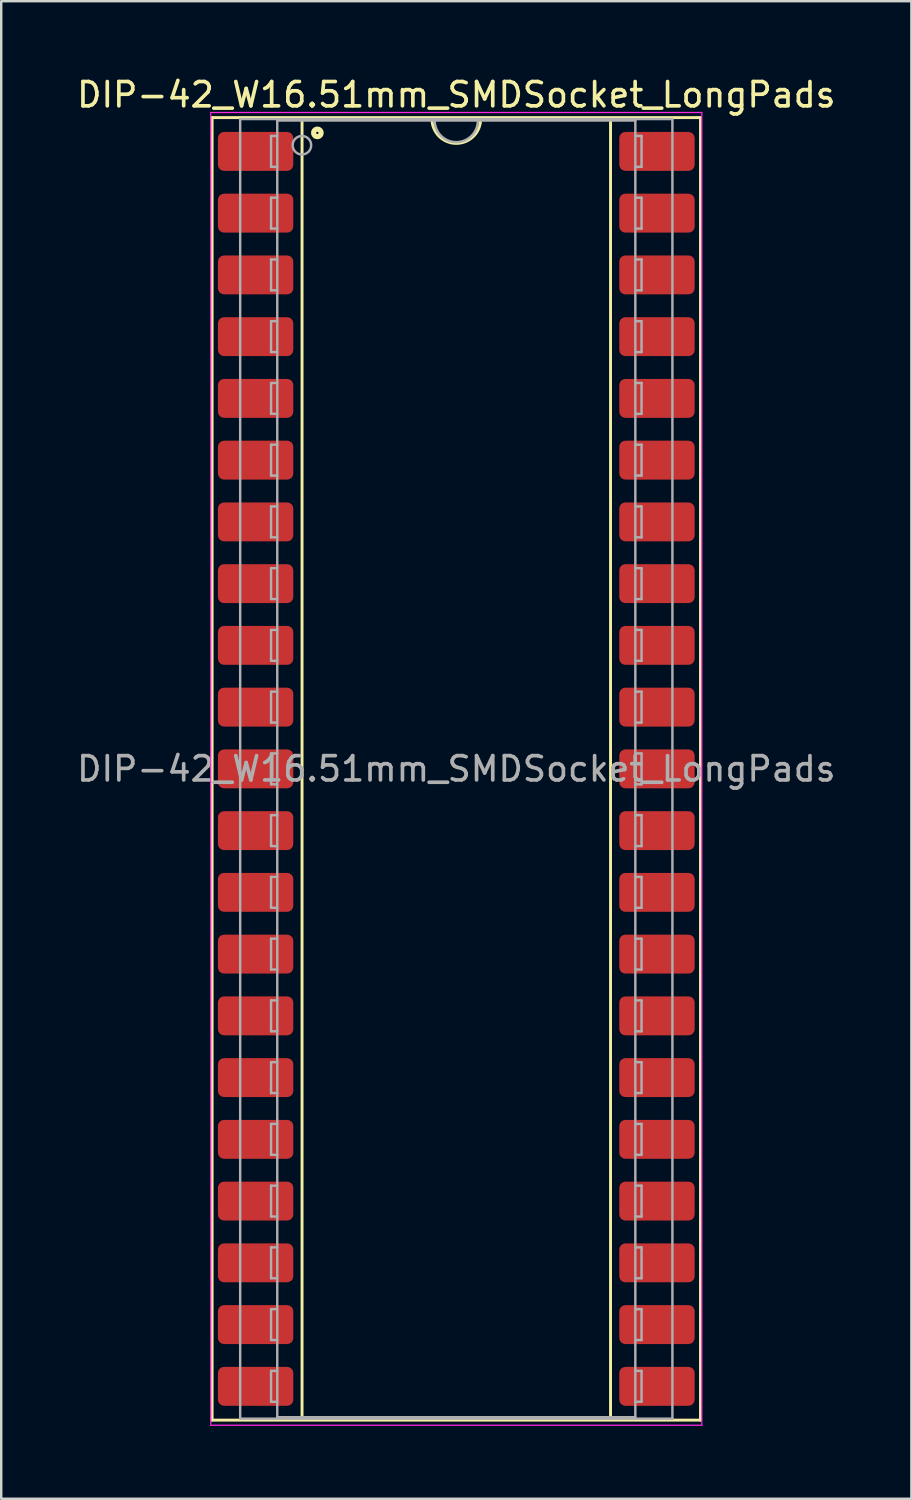
<source format=kicad_pcb>
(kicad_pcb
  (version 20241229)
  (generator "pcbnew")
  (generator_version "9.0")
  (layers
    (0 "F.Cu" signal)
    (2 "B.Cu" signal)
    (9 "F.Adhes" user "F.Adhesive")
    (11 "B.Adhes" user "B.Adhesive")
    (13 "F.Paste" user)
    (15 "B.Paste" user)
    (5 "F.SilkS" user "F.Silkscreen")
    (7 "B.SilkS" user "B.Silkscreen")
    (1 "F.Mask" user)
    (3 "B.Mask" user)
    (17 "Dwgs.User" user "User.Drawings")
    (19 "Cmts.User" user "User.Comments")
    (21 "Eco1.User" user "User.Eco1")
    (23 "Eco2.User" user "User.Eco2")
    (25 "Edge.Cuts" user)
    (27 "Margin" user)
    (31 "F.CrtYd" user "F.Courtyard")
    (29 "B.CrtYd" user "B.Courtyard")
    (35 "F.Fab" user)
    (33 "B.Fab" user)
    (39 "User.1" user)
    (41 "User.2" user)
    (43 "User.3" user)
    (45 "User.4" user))
  (footprint "DIP-42_W16.51mm_SMDSocket_LongPads"
    (layer "F.Cu")
    (at 15.72 28.578)
    (property "Reference" "DIP-42_W16.51mm_SMDSocket_LongPads" (at 0 -27.73 0) (layer "F.SilkS") (effects (font (size 1 1) (thickness 0.15))))
    (attr smd)
    (fp_line (start -10.045 -26.79) (end -10.045 26.79) (stroke (width 0.12) (type solid)) (layer "F.SilkS"))
    (fp_line (start -10.045 26.79) (end 10.045 26.79) (stroke (width 0.12) (type solid)) (layer "F.SilkS"))
    (fp_line (start -6.345 -26.73) (end -6.345 26.73) (stroke (width 0.12) (type solid)) (layer "F.SilkS"))
    (fp_line (start -6.345 26.73) (end 6.345 26.73) (stroke (width 0.12) (type solid)) (layer "F.SilkS"))
    (fp_line (start -1 -26.73) (end -6.345 -26.73) (stroke (width 0.12) (type solid)) (layer "F.SilkS"))
    (fp_line (start 6.345 -26.73) (end 1 -26.73) (stroke (width 0.12) (type solid)) (layer "F.SilkS"))
    (fp_line (start 6.345 26.73) (end 6.345 -26.73) (stroke (width 0.12) (type solid)) (layer "F.SilkS"))
    (fp_line (start 10.045 -26.79) (end -10.045 -26.79) (stroke (width 0.12) (type solid)) (layer "F.SilkS"))
    (fp_line (start 10.045 26.79) (end 10.045 -26.79) (stroke (width 0.12) (type solid)) (layer "F.SilkS"))
    (fp_arc (start 1 -26.73) (mid 0 -25.73) (end -1 -26.73) (stroke (width 0.12) (type solid)) (layer "F.SilkS"))
    (fp_circle (center -5.715 -26.162) (end -5.665 -26.162) (stroke (width 0.12) (type solid)) (fill no) (layer "F.SilkS"))
    (fp_circle (center -5.715 -26.162) (end -5.59 -26.162) (stroke (width 0.12) (type solid)) (fill no) (layer "F.SilkS"))
    (fp_circle (center -5.715 -26.162) (end -5.515 -26.162) (stroke (width 0.12) (type solid)) (fill no) (layer "F.SilkS"))
    (fp_line (start -10.1 -27) (end -10.1 27) (stroke (width 0.05) (type solid)) (layer "F.CrtYd"))
    (fp_line (start -10.1 27) (end 10.1 27) (stroke (width 0.05) (type solid)) (layer "F.CrtYd"))
    (fp_line (start 10.1 -27) (end -10.1 -27) (stroke (width 0.05) (type solid)) (layer "F.CrtYd"))
    (fp_line (start 10.1 27) (end 10.1 -27) (stroke (width 0.05) (type solid)) (layer "F.CrtYd"))
    (fp_line (start -8.89 -26.73) (end -8.89 26.73) (stroke (width 0.1) (type solid)) (layer "F.Fab"))
    (fp_line (start -8.89 26.73) (end 8.89 26.73) (stroke (width 0.1) (type solid)) (layer "F.Fab"))
    (fp_line (start -7.62 -26.035) (end -7.62 -24.765) (stroke (width 0.1) (type solid)) (layer "F.Fab"))
    (fp_line (start -7.62 -26.035) (end -7.366 -26.035) (stroke (width 0.1) (type solid)) (layer "F.Fab"))
    (fp_line (start -7.62 -24.765) (end -7.366 -24.765) (stroke (width 0.1) (type solid)) (layer "F.Fab"))
    (fp_line (start -7.62 -23.495) (end -7.62 -22.225) (stroke (width 0.1) (type solid)) (layer "F.Fab"))
    (fp_line (start -7.62 -23.495) (end -7.366 -23.495) (stroke (width 0.1) (type solid)) (layer "F.Fab"))
    (fp_line (start -7.62 -22.225) (end -7.366 -22.225) (stroke (width 0.1) (type solid)) (layer "F.Fab"))
    (fp_line (start -7.62 -20.955) (end -7.62 -19.685) (stroke (width 0.1) (type solid)) (layer "F.Fab"))
    (fp_line (start -7.62 -20.955) (end -7.366 -20.955) (stroke (width 0.1) (type solid)) (layer "F.Fab"))
    (fp_line (start -7.62 -19.685) (end -7.366 -19.685) (stroke (width 0.1) (type solid)) (layer "F.Fab"))
    (fp_line (start -7.62 -18.415) (end -7.62 -17.145) (stroke (width 0.1) (type solid)) (layer "F.Fab"))
    (fp_line (start -7.62 -18.415) (end -7.366 -18.415) (stroke (width 0.1) (type solid)) (layer "F.Fab"))
    (fp_line (start -7.62 -17.145) (end -7.366 -17.145) (stroke (width 0.1) (type solid)) (layer "F.Fab"))
    (fp_line (start -7.62 -15.875) (end -7.62 -14.605) (stroke (width 0.1) (type solid)) (layer "F.Fab"))
    (fp_line (start -7.62 -15.875) (end -7.366 -15.875) (stroke (width 0.1) (type solid)) (layer "F.Fab"))
    (fp_line (start -7.62 -14.605) (end -7.366 -14.605) (stroke (width 0.1) (type solid)) (layer "F.Fab"))
    (fp_line (start -7.62 -13.335) (end -7.62 -12.065) (stroke (width 0.1) (type solid)) (layer "F.Fab"))
    (fp_line (start -7.62 -13.335) (end -7.366 -13.335) (stroke (width 0.1) (type solid)) (layer "F.Fab"))
    (fp_line (start -7.62 -12.065) (end -7.366 -12.065) (stroke (width 0.1) (type solid)) (layer "F.Fab"))
    (fp_line (start -7.62 -10.795) (end -7.62 -9.525) (stroke (width 0.1) (type solid)) (layer "F.Fab"))
    (fp_line (start -7.62 -10.795) (end -7.366 -10.795) (stroke (width 0.1) (type solid)) (layer "F.Fab"))
    (fp_line (start -7.62 -9.525) (end -7.366 -9.525) (stroke (width 0.1) (type solid)) (layer "F.Fab"))
    (fp_line (start -7.62 -8.255) (end -7.62 -6.985) (stroke (width 0.1) (type solid)) (layer "F.Fab"))
    (fp_line (start -7.62 -8.255) (end -7.366 -8.255) (stroke (width 0.1) (type solid)) (layer "F.Fab"))
    (fp_line (start -7.62 -6.985) (end -7.366 -6.985) (stroke (width 0.1) (type solid)) (layer "F.Fab"))
    (fp_line (start -7.62 -5.715) (end -7.62 -4.445) (stroke (width 0.1) (type solid)) (layer "F.Fab"))
    (fp_line (start -7.62 -5.715) (end -7.366 -5.715) (stroke (width 0.1) (type solid)) (layer "F.Fab"))
    (fp_line (start -7.62 -4.445) (end -7.366 -4.445) (stroke (width 0.1) (type solid)) (layer "F.Fab"))
    (fp_line (start -7.62 -3.175) (end -7.62 -1.905) (stroke (width 0.1) (type solid)) (layer "F.Fab"))
    (fp_line (start -7.62 -3.175) (end -7.366 -3.175) (stroke (width 0.1) (type solid)) (layer "F.Fab"))
    (fp_line (start -7.62 -1.905) (end -7.366 -1.905) (stroke (width 0.1) (type solid)) (layer "F.Fab"))
    (fp_line (start -7.62 -0.635) (end -7.62 0.635) (stroke (width 0.1) (type solid)) (layer "F.Fab"))
    (fp_line (start -7.62 -0.635) (end -7.366 -0.635) (stroke (width 0.1) (type solid)) (layer "F.Fab"))
    (fp_line (start -7.62 0.635) (end -7.366 0.635) (stroke (width 0.1) (type solid)) (layer "F.Fab"))
    (fp_line (start -7.62 1.905) (end -7.62 3.175) (stroke (width 0.1) (type solid)) (layer "F.Fab"))
    (fp_line (start -7.62 1.905) (end -7.366 1.905) (stroke (width 0.1) (type solid)) (layer "F.Fab"))
    (fp_line (start -7.62 3.175) (end -7.366 3.175) (stroke (width 0.1) (type solid)) (layer "F.Fab"))
    (fp_line (start -7.62 4.445) (end -7.62 5.715) (stroke (width 0.1) (type solid)) (layer "F.Fab"))
    (fp_line (start -7.62 4.445) (end -7.366 4.445) (stroke (width 0.1) (type solid)) (layer "F.Fab"))
    (fp_line (start -7.62 5.715) (end -7.366 5.715) (stroke (width 0.1) (type solid)) (layer "F.Fab"))
    (fp_line (start -7.62 6.985) (end -7.62 8.255) (stroke (width 0.1) (type solid)) (layer "F.Fab"))
    (fp_line (start -7.62 6.985) (end -7.366 6.985) (stroke (width 0.1) (type solid)) (layer "F.Fab"))
    (fp_line (start -7.62 8.255) (end -7.366 8.255) (stroke (width 0.1) (type solid)) (layer "F.Fab"))
    (fp_line (start -7.62 9.525) (end -7.62 10.795) (stroke (width 0.1) (type solid)) (layer "F.Fab"))
    (fp_line (start -7.62 9.525) (end -7.366 9.525) (stroke (width 0.1) (type solid)) (layer "F.Fab"))
    (fp_line (start -7.62 10.795) (end -7.366 10.795) (stroke (width 0.1) (type solid)) (layer "F.Fab"))
    (fp_line (start -7.62 12.065) (end -7.62 13.335) (stroke (width 0.1) (type solid)) (layer "F.Fab"))
    (fp_line (start -7.62 12.065) (end -7.366 12.065) (stroke (width 0.1) (type solid)) (layer "F.Fab"))
    (fp_line (start -7.62 13.335) (end -7.366 13.335) (stroke (width 0.1) (type solid)) (layer "F.Fab"))
    (fp_line (start -7.62 14.605) (end -7.62 15.875) (stroke (width 0.1) (type solid)) (layer "F.Fab"))
    (fp_line (start -7.62 14.605) (end -7.366 14.605) (stroke (width 0.1) (type solid)) (layer "F.Fab"))
    (fp_line (start -7.62 15.875) (end -7.366 15.875) (stroke (width 0.1) (type solid)) (layer "F.Fab"))
    (fp_line (start -7.62 17.145) (end -7.62 18.415) (stroke (width 0.1) (type solid)) (layer "F.Fab"))
    (fp_line (start -7.62 17.145) (end -7.366 17.145) (stroke (width 0.1) (type solid)) (layer "F.Fab"))
    (fp_line (start -7.62 18.415) (end -7.366 18.415) (stroke (width 0.1) (type solid)) (layer "F.Fab"))
    (fp_line (start -7.62 19.685) (end -7.62 20.955) (stroke (width 0.1) (type solid)) (layer "F.Fab"))
    (fp_line (start -7.62 19.685) (end -7.366 19.685) (stroke (width 0.1) (type solid)) (layer "F.Fab"))
    (fp_line (start -7.62 20.955) (end -7.366 20.955) (stroke (width 0.1) (type solid)) (layer "F.Fab"))
    (fp_line (start -7.62 22.225) (end -7.62 23.495) (stroke (width 0.1) (type solid)) (layer "F.Fab"))
    (fp_line (start -7.62 22.225) (end -7.366 22.225) (stroke (width 0.1) (type solid)) (layer "F.Fab"))
    (fp_line (start -7.62 23.495) (end -7.366 23.495) (stroke (width 0.1) (type solid)) (layer "F.Fab"))
    (fp_line (start -7.62 24.765) (end -7.62 26.035) (stroke (width 0.1) (type solid)) (layer "F.Fab"))
    (fp_line (start -7.62 24.765) (end -7.366 24.765) (stroke (width 0.1) (type solid)) (layer "F.Fab"))
    (fp_line (start -7.62 26.035) (end -7.366 26.035) (stroke (width 0.1) (type solid)) (layer "F.Fab"))
    (fp_line (start -7.365 -26.67) (end 7.365 -26.67) (stroke (width 0.1) (type solid)) (layer "F.Fab"))
    (fp_line (start -7.365 26.67) (end -7.365 -26.67) (stroke (width 0.1) (type solid)) (layer "F.Fab"))
    (fp_line (start 7.365 -26.67) (end 7.365 26.67) (stroke (width 0.1) (type solid)) (layer "F.Fab"))
    (fp_line (start 7.365 26.67) (end -7.365 26.67) (stroke (width 0.1) (type solid)) (layer "F.Fab"))
    (fp_line (start 7.62 -26.035) (end 7.366 -26.035) (stroke (width 0.1) (type solid)) (layer "F.Fab"))
    (fp_line (start 7.62 -24.765) (end 7.366 -24.765) (stroke (width 0.1) (type solid)) (layer "F.Fab"))
    (fp_line (start 7.62 -24.765) (end 7.62 -26.035) (stroke (width 0.1) (type solid)) (layer "F.Fab"))
    (fp_line (start 7.62 -23.495) (end 7.366 -23.495) (stroke (width 0.1) (type solid)) (layer "F.Fab"))
    (fp_line (start 7.62 -22.225) (end 7.366 -22.225) (stroke (width 0.1) (type solid)) (layer "F.Fab"))
    (fp_line (start 7.62 -22.225) (end 7.62 -23.495) (stroke (width 0.1) (type solid)) (layer "F.Fab"))
    (fp_line (start 7.62 -20.955) (end 7.366 -20.955) (stroke (width 0.1) (type solid)) (layer "F.Fab"))
    (fp_line (start 7.62 -19.685) (end 7.366 -19.685) (stroke (width 0.1) (type solid)) (layer "F.Fab"))
    (fp_line (start 7.62 -19.685) (end 7.62 -20.955) (stroke (width 0.1) (type solid)) (layer "F.Fab"))
    (fp_line (start 7.62 -18.415) (end 7.366 -18.415) (stroke (width 0.1) (type solid)) (layer "F.Fab"))
    (fp_line (start 7.62 -17.145) (end 7.366 -17.145) (stroke (width 0.1) (type solid)) (layer "F.Fab"))
    (fp_line (start 7.62 -17.145) (end 7.62 -18.415) (stroke (width 0.1) (type solid)) (layer "F.Fab"))
    (fp_line (start 7.62 -15.875) (end 7.366 -15.875) (stroke (width 0.1) (type solid)) (layer "F.Fab"))
    (fp_line (start 7.62 -14.605) (end 7.366 -14.605) (stroke (width 0.1) (type solid)) (layer "F.Fab"))
    (fp_line (start 7.62 -14.605) (end 7.62 -15.875) (stroke (width 0.1) (type solid)) (layer "F.Fab"))
    (fp_line (start 7.62 -13.335) (end 7.366 -13.335) (stroke (width 0.1) (type solid)) (layer "F.Fab"))
    (fp_line (start 7.62 -12.065) (end 7.366 -12.065) (stroke (width 0.1) (type solid)) (layer "F.Fab"))
    (fp_line (start 7.62 -12.065) (end 7.62 -13.335) (stroke (width 0.1) (type solid)) (layer "F.Fab"))
    (fp_line (start 7.62 -10.795) (end 7.366 -10.795) (stroke (width 0.1) (type solid)) (layer "F.Fab"))
    (fp_line (start 7.62 -9.525) (end 7.366 -9.525) (stroke (width 0.1) (type solid)) (layer "F.Fab"))
    (fp_line (start 7.62 -9.525) (end 7.62 -10.795) (stroke (width 0.1) (type solid)) (layer "F.Fab"))
    (fp_line (start 7.62 -8.255) (end 7.366 -8.255) (stroke (width 0.1) (type solid)) (layer "F.Fab"))
    (fp_line (start 7.62 -6.985) (end 7.366 -6.985) (stroke (width 0.1) (type solid)) (layer "F.Fab"))
    (fp_line (start 7.62 -6.985) (end 7.62 -8.255) (stroke (width 0.1) (type solid)) (layer "F.Fab"))
    (fp_line (start 7.62 -5.715) (end 7.366 -5.715) (stroke (width 0.1) (type solid)) (layer "F.Fab"))
    (fp_line (start 7.62 -4.445) (end 7.366 -4.445) (stroke (width 0.1) (type solid)) (layer "F.Fab"))
    (fp_line (start 7.62 -4.445) (end 7.62 -5.715) (stroke (width 0.1) (type solid)) (layer "F.Fab"))
    (fp_line (start 7.62 -3.175) (end 7.366 -3.175) (stroke (width 0.1) (type solid)) (layer "F.Fab"))
    (fp_line (start 7.62 -1.905) (end 7.366 -1.905) (stroke (width 0.1) (type solid)) (layer "F.Fab"))
    (fp_line (start 7.62 -1.905) (end 7.62 -3.175) (stroke (width 0.1) (type solid)) (layer "F.Fab"))
    (fp_line (start 7.62 -0.635) (end 7.366 -0.635) (stroke (width 0.1) (type solid)) (layer "F.Fab"))
    (fp_line (start 7.62 0.635) (end 7.366 0.635) (stroke (width 0.1) (type solid)) (layer "F.Fab"))
    (fp_line (start 7.62 0.635) (end 7.62 -0.635) (stroke (width 0.1) (type solid)) (layer "F.Fab"))
    (fp_line (start 7.62 1.905) (end 7.366 1.905) (stroke (width 0.1) (type solid)) (layer "F.Fab"))
    (fp_line (start 7.62 3.175) (end 7.366 3.175) (stroke (width 0.1) (type solid)) (layer "F.Fab"))
    (fp_line (start 7.62 3.175) (end 7.62 1.905) (stroke (width 0.1) (type solid)) (layer "F.Fab"))
    (fp_line (start 7.62 4.445) (end 7.366 4.445) (stroke (width 0.1) (type solid)) (layer "F.Fab"))
    (fp_line (start 7.62 5.715) (end 7.366 5.715) (stroke (width 0.1) (type solid)) (layer "F.Fab"))
    (fp_line (start 7.62 5.715) (end 7.62 4.445) (stroke (width 0.1) (type solid)) (layer "F.Fab"))
    (fp_line (start 7.62 6.985) (end 7.366 6.985) (stroke (width 0.1) (type solid)) (layer "F.Fab"))
    (fp_line (start 7.62 8.255) (end 7.366 8.255) (stroke (width 0.1) (type solid)) (layer "F.Fab"))
    (fp_line (start 7.62 8.255) (end 7.62 6.985) (stroke (width 0.1) (type solid)) (layer "F.Fab"))
    (fp_line (start 7.62 9.525) (end 7.366 9.525) (stroke (width 0.1) (type solid)) (layer "F.Fab"))
    (fp_line (start 7.62 10.795) (end 7.366 10.795) (stroke (width 0.1) (type solid)) (layer "F.Fab"))
    (fp_line (start 7.62 10.795) (end 7.62 9.525) (stroke (width 0.1) (type solid)) (layer "F.Fab"))
    (fp_line (start 7.62 12.065) (end 7.366 12.065) (stroke (width 0.1) (type solid)) (layer "F.Fab"))
    (fp_line (start 7.62 13.335) (end 7.366 13.335) (stroke (width 0.1) (type solid)) (layer "F.Fab"))
    (fp_line (start 7.62 13.335) (end 7.62 12.065) (stroke (width 0.1) (type solid)) (layer "F.Fab"))
    (fp_line (start 7.62 14.605) (end 7.366 14.605) (stroke (width 0.1) (type solid)) (layer "F.Fab"))
    (fp_line (start 7.62 15.875) (end 7.366 15.875) (stroke (width 0.1) (type solid)) (layer "F.Fab"))
    (fp_line (start 7.62 15.875) (end 7.62 14.605) (stroke (width 0.1) (type solid)) (layer "F.Fab"))
    (fp_line (start 7.62 17.145) (end 7.366 17.145) (stroke (width 0.1) (type solid)) (layer "F.Fab"))
    (fp_line (start 7.62 18.415) (end 7.366 18.415) (stroke (width 0.1) (type solid)) (layer "F.Fab"))
    (fp_line (start 7.62 18.415) (end 7.62 17.145) (stroke (width 0.1) (type solid)) (layer "F.Fab"))
    (fp_line (start 7.62 19.685) (end 7.366 19.685) (stroke (width 0.1) (type solid)) (layer "F.Fab"))
    (fp_line (start 7.62 20.955) (end 7.366 20.955) (stroke (width 0.1) (type solid)) (layer "F.Fab"))
    (fp_line (start 7.62 20.955) (end 7.62 19.685) (stroke (width 0.1) (type solid)) (layer "F.Fab"))
    (fp_line (start 7.62 22.225) (end 7.366 22.225) (stroke (width 0.1) (type solid)) (layer "F.Fab"))
    (fp_line (start 7.62 23.495) (end 7.366 23.495) (stroke (width 0.1) (type solid)) (layer "F.Fab"))
    (fp_line (start 7.62 23.495) (end 7.62 22.225) (stroke (width 0.1) (type solid)) (layer "F.Fab"))
    (fp_line (start 7.62 24.765) (end 7.366 24.765) (stroke (width 0.1) (type solid)) (layer "F.Fab"))
    (fp_line (start 7.62 26.035) (end 7.366 26.035) (stroke (width 0.1) (type solid)) (layer "F.Fab"))
    (fp_line (start 7.62 26.035) (end 7.62 24.765) (stroke (width 0.1) (type solid)) (layer "F.Fab"))
    (fp_line (start 8.89 -26.73) (end -8.89 -26.73) (stroke (width 0.1) (type solid)) (layer "F.Fab"))
    (fp_line (start 8.89 26.73) (end 8.89 -26.73) (stroke (width 0.1) (type solid)) (layer "F.Fab"))
    (fp_arc (start 0.889 -26.67) (mid 0 -25.781) (end -0.889 -26.67) (stroke (width 0.1) (type solid)) (layer "F.Fab"))
    (fp_circle (center -6.35 -25.654) (end -5.969 -25.654) (stroke (width 0.1) (type solid)) (fill no) (layer "F.Fab"))
    (fp_text user "${REFERENCE}" (at 0 0 0) (layer "F.Fab") (effects (font (size 1 1) (thickness 0.15))))
    (pad "1" smd roundrect (at -8.255 -25.4) (size 3.1 1.6) (layers "F.Cu" "F.Mask" "F.Paste") (roundrect_rratio 0.156))
    (pad "2" smd roundrect (at -8.255 -22.86) (size 3.1 1.6) (layers "F.Cu" "F.Mask" "F.Paste") (roundrect_rratio 0.156))
    (pad "3" smd roundrect (at -8.255 -20.32) (size 3.1 1.6) (layers "F.Cu" "F.Mask" "F.Paste") (roundrect_rratio 0.156))
    (pad "4" smd roundrect (at -8.255 -17.78) (size 3.1 1.6) (layers "F.Cu" "F.Mask" "F.Paste") (roundrect_rratio 0.156))
    (pad "5" smd roundrect (at -8.255 -15.24) (size 3.1 1.6) (layers "F.Cu" "F.Mask" "F.Paste") (roundrect_rratio 0.156))
    (pad "6" smd roundrect (at -8.255 -12.7) (size 3.1 1.6) (layers "F.Cu" "F.Mask" "F.Paste") (roundrect_rratio 0.156))
    (pad "7" smd roundrect (at -8.255 -10.16) (size 3.1 1.6) (layers "F.Cu" "F.Mask" "F.Paste") (roundrect_rratio 0.156))
    (pad "8" smd roundrect (at -8.255 -7.62) (size 3.1 1.6) (layers "F.Cu" "F.Mask" "F.Paste") (roundrect_rratio 0.156))
    (pad "9" smd roundrect (at -8.255 -5.08) (size 3.1 1.6) (layers "F.Cu" "F.Mask" "F.Paste") (roundrect_rratio 0.156))
    (pad "10" smd roundrect (at -8.255 -2.54) (size 3.1 1.6) (layers "F.Cu" "F.Mask" "F.Paste") (roundrect_rratio 0.156))
    (pad "11" smd roundrect (at -8.255 0) (size 3.1 1.6) (layers "F.Cu" "F.Mask" "F.Paste") (roundrect_rratio 0.156))
    (pad "12" smd roundrect (at -8.255 2.54) (size 3.1 1.6) (layers "F.Cu" "F.Mask" "F.Paste") (roundrect_rratio 0.156))
    (pad "13" smd roundrect (at -8.255 5.08) (size 3.1 1.6) (layers "F.Cu" "F.Mask" "F.Paste") (roundrect_rratio 0.156))
    (pad "14" smd roundrect (at -8.255 7.62) (size 3.1 1.6) (layers "F.Cu" "F.Mask" "F.Paste") (roundrect_rratio 0.156))
    (pad "15" smd roundrect (at -8.255 10.16) (size 3.1 1.6) (layers "F.Cu" "F.Mask" "F.Paste") (roundrect_rratio 0.156))
    (pad "16" smd roundrect (at -8.255 12.7) (size 3.1 1.6) (layers "F.Cu" "F.Mask" "F.Paste") (roundrect_rratio 0.156))
    (pad "17" smd roundrect (at -8.255 15.24) (size 3.1 1.6) (layers "F.Cu" "F.Mask" "F.Paste") (roundrect_rratio 0.156))
    (pad "18" smd roundrect (at -8.255 17.78) (size 3.1 1.6) (layers "F.Cu" "F.Mask" "F.Paste") (roundrect_rratio 0.156))
    (pad "19" smd roundrect (at -8.255 20.32) (size 3.1 1.6) (layers "F.Cu" "F.Mask" "F.Paste") (roundrect_rratio 0.156))
    (pad "20" smd roundrect (at -8.255 22.86) (size 3.1 1.6) (layers "F.Cu" "F.Mask" "F.Paste") (roundrect_rratio 0.156))
    (pad "21" smd roundrect (at -8.255 25.4) (size 3.1 1.6) (layers "F.Cu" "F.Mask" "F.Paste") (roundrect_rratio 0.156))
    (pad "22" smd roundrect (at 8.255 25.4) (size 3.1 1.6) (layers "F.Cu" "F.Mask" "F.Paste") (roundrect_rratio 0.156))
    (pad "23" smd roundrect (at 8.255 22.86) (size 3.1 1.6) (layers "F.Cu" "F.Mask" "F.Paste") (roundrect_rratio 0.156))
    (pad "24" smd roundrect (at 8.255 20.32) (size 3.1 1.6) (layers "F.Cu" "F.Mask" "F.Paste") (roundrect_rratio 0.156))
    (pad "25" smd roundrect (at 8.255 17.78) (size 3.1 1.6) (layers "F.Cu" "F.Mask" "F.Paste") (roundrect_rratio 0.156))
    (pad "26" smd roundrect (at 8.255 15.24) (size 3.1 1.6) (layers "F.Cu" "F.Mask" "F.Paste") (roundrect_rratio 0.156))
    (pad "27" smd roundrect (at 8.255 12.7) (size 3.1 1.6) (layers "F.Cu" "F.Mask" "F.Paste") (roundrect_rratio 0.156))
    (pad "28" smd roundrect (at 8.255 10.16) (size 3.1 1.6) (layers "F.Cu" "F.Mask" "F.Paste") (roundrect_rratio 0.156))
    (pad "29" smd roundrect (at 8.255 7.62) (size 3.1 1.6) (layers "F.Cu" "F.Mask" "F.Paste") (roundrect_rratio 0.156))
    (pad "30" smd roundrect (at 8.255 5.08) (size 3.1 1.6) (layers "F.Cu" "F.Mask" "F.Paste") (roundrect_rratio 0.156))
    (pad "31" smd roundrect (at 8.255 2.54) (size 3.1 1.6) (layers "F.Cu" "F.Mask" "F.Paste") (roundrect_rratio 0.156))
    (pad "32" smd roundrect (at 8.255 0) (size 3.1 1.6) (layers "F.Cu" "F.Mask" "F.Paste") (roundrect_rratio 0.156))
    (pad "33" smd roundrect (at 8.255 -2.54) (size 3.1 1.6) (layers "F.Cu" "F.Mask" "F.Paste") (roundrect_rratio 0.156))
    (pad "34" smd roundrect (at 8.255 -5.08) (size 3.1 1.6) (layers "F.Cu" "F.Mask" "F.Paste") (roundrect_rratio 0.156))
    (pad "35" smd roundrect (at 8.255 -7.62) (size 3.1 1.6) (layers "F.Cu" "F.Mask" "F.Paste") (roundrect_rratio 0.156))
    (pad "36" smd roundrect (at 8.255 -10.16) (size 3.1 1.6) (layers "F.Cu" "F.Mask" "F.Paste") (roundrect_rratio 0.156))
    (pad "37" smd roundrect (at 8.255 -12.7) (size 3.1 1.6) (layers "F.Cu" "F.Mask" "F.Paste") (roundrect_rratio 0.156))
    (pad "38" smd roundrect (at 8.255 -15.24) (size 3.1 1.6) (layers "F.Cu" "F.Mask" "F.Paste") (roundrect_rratio 0.156))
    (pad "39" smd roundrect (at 8.255 -17.78) (size 3.1 1.6) (layers "F.Cu" "F.Mask" "F.Paste") (roundrect_rratio 0.156))
    (pad "40" smd roundrect (at 8.255 -20.32) (size 3.1 1.6) (layers "F.Cu" "F.Mask" "F.Paste") (roundrect_rratio 0.156))
    (pad "41" smd roundrect (at 8.255 -22.86) (size 3.1 1.6) (layers "F.Cu" "F.Mask" "F.Paste") (roundrect_rratio 0.156))
    (pad "42" smd roundrect (at 8.255 -25.4) (size 3.1 1.6) (layers "F.Cu" "F.Mask" "F.Paste") (roundrect_rratio 0.156)))
  (gr_rect
    (start -3 -3)
    (end 34.44 58.603)
    (stroke (width 0.1) (type default))
    (fill no)
    (layer "Edge.Cuts")))
</source>
